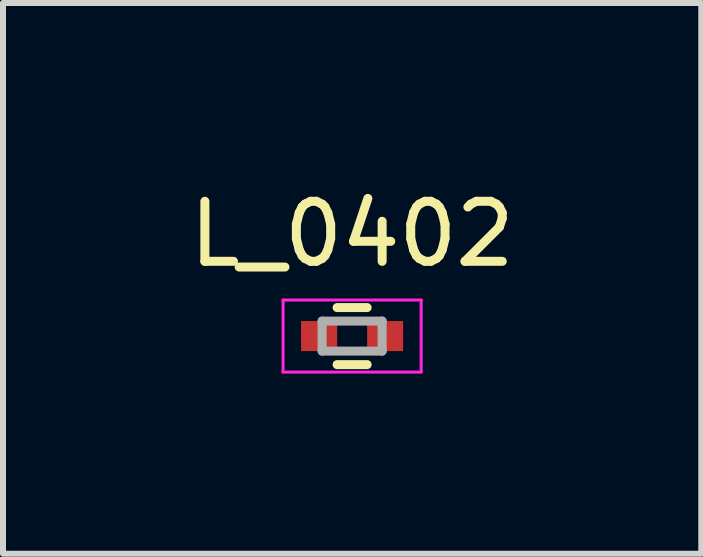
<source format=kicad_pcb>
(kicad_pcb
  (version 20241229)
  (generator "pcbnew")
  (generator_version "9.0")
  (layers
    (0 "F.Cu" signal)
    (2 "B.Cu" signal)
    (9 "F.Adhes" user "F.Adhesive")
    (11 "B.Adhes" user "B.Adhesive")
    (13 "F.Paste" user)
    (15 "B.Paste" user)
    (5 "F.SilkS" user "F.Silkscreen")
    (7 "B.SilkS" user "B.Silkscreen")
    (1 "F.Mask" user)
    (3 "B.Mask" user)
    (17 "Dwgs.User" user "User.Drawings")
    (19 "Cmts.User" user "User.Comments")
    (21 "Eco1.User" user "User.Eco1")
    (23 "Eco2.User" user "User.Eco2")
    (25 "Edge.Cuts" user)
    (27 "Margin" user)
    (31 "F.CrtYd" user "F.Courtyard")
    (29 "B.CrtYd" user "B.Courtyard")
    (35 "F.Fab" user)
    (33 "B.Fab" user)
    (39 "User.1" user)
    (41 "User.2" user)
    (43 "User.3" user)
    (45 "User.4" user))
  (footprint "L_0402"
    (layer "F.Cu")
    (at 2.815 2.548)
    (property "Reference" "L_0402" (at 0 -1.7 0) (layer "F.SilkS") (effects (font (size 1 1) (thickness 0.15))))
    (attr smd)
    (fp_line (start -0.25 0.475) (end 0.25 0.475) (stroke (width 0.15) (type solid)) (layer "F.SilkS"))
    (fp_line (start 0.25 -0.475) (end -0.25 -0.475) (stroke (width 0.15) (type solid)) (layer "F.SilkS"))
    (fp_line (start -1.15 -0.6) (end -1.15 0.6) (stroke (width 0.05) (type solid)) (layer "F.CrtYd"))
    (fp_line (start -1.15 -0.6) (end 1.15 -0.6) (stroke (width 0.05) (type solid)) (layer "F.CrtYd"))
    (fp_line (start -1.15 0.6) (end 1.15 0.6) (stroke (width 0.05) (type solid)) (layer "F.CrtYd"))
    (fp_line (start 1.15 -0.6) (end 1.15 0.6) (stroke (width 0.05) (type solid)) (layer "F.CrtYd"))
    (fp_line (start -0.5 -0.25) (end 0.5 -0.25) (stroke (width 0.15) (type solid)) (layer "F.Fab"))
    (fp_line (start -0.5 0.25) (end -0.5 -0.25) (stroke (width 0.15) (type solid)) (layer "F.Fab"))
    (fp_line (start 0.5 -0.25) (end 0.5 0.25) (stroke (width 0.15) (type solid)) (layer "F.Fab"))
    (fp_line (start 0.5 0.25) (end -0.5 0.25) (stroke (width 0.15) (type solid)) (layer "F.Fab"))
    (pad "1" smd rect (at -0.55 0) (size 0.6 0.5) (layers "F.Cu" "F.Mask" "F.Paste"))
    (pad "2" smd rect (at 0.55 0) (size 0.6 0.5) (layers "F.Cu" "F.Mask" "F.Paste")))
  (gr_rect
    (start -3 -3)
    (end 8.631 6.173)
    (stroke (width 0.1) (type default))
    (fill no)
    (layer "Edge.Cuts")))
</source>
